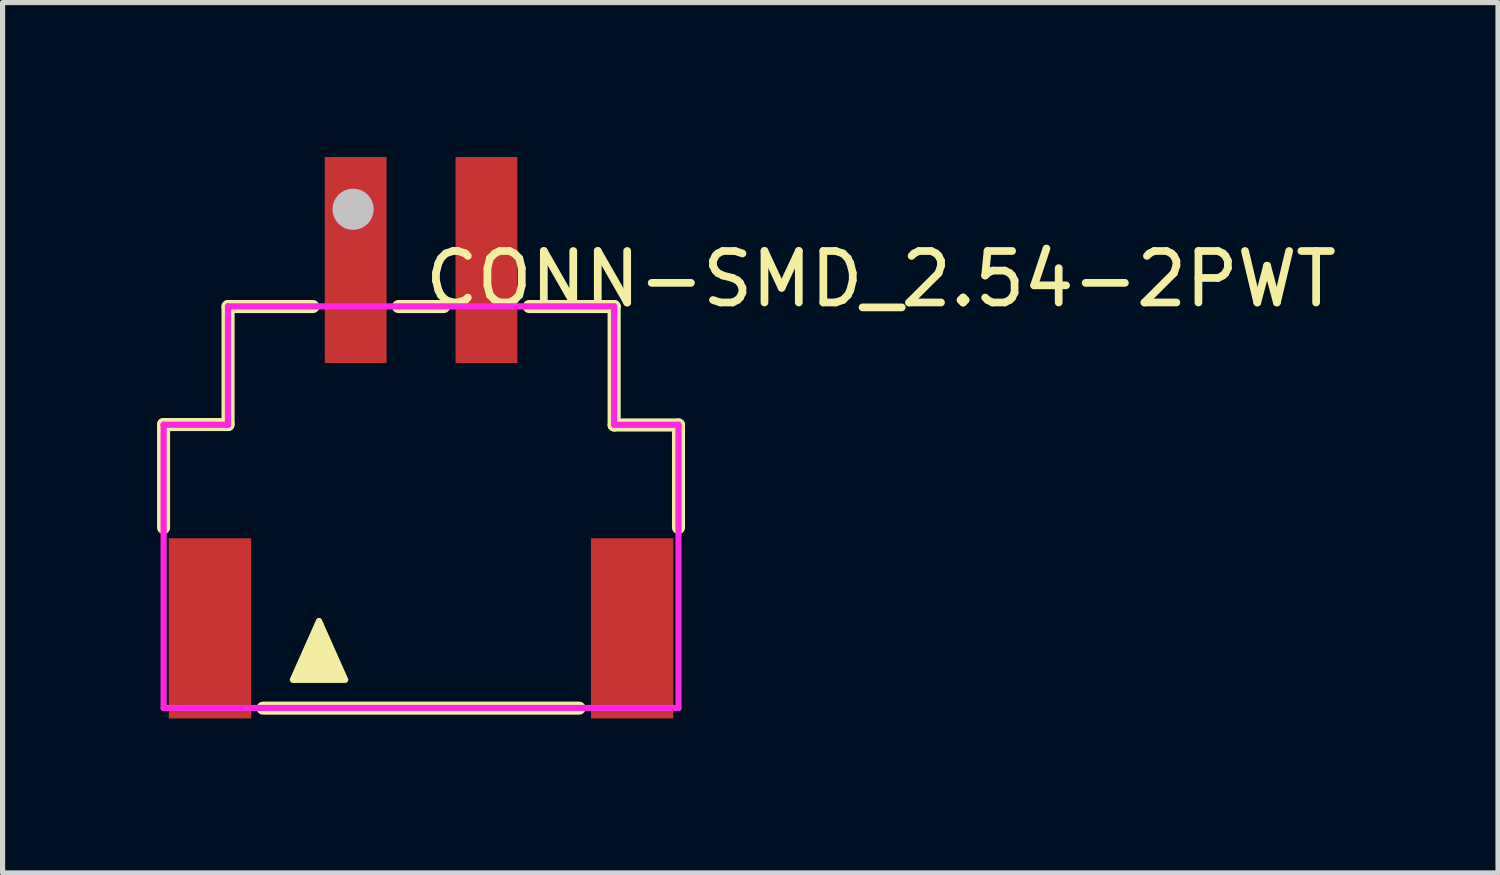
<source format=kicad_pcb>
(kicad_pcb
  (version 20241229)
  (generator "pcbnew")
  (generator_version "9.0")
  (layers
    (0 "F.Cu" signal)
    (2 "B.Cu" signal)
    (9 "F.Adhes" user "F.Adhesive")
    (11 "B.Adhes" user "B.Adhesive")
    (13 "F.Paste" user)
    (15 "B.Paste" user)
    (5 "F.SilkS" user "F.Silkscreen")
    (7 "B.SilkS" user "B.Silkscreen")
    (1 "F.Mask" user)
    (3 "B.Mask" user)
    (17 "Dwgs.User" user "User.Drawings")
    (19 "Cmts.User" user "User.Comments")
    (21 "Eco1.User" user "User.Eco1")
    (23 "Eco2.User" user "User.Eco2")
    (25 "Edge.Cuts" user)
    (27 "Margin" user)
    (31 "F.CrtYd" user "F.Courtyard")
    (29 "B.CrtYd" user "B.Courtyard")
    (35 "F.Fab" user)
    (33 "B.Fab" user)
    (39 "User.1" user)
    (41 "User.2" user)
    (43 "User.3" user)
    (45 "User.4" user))
  (footprint "CONN-SMD_2.54-2PWT"
    (layer "F.Cu")
    (at 5.128 5.577)
    (property "Reference" "CONN-SMD_2.54-2PWT" (at 0 -3.207 0) (layer "F.SilkS") (effects (font (size 1 1) (thickness 0.15)) (justify left)))
    (attr through_hole)
    (fp_line (start -5.001 -0.382) (end -5.001 1.619) (stroke (width 0.254) (type solid)) (layer "F.SilkS"))
    (fp_line (start -3.749 -2.673) (end -3.749 -0.382) (stroke (width 0.254) (type solid)) (layer "F.SilkS"))
    (fp_line (start -3.749 -0.382) (end -5.001 -0.382) (stroke (width 0.254) (type solid)) (layer "F.SilkS"))
    (fp_line (start -3.069 5.127) (end 3.069 5.127) (stroke (width 0.254) (type solid)) (layer "F.SilkS"))
    (fp_line (start -2.101 -2.673) (end -3.749 -2.673) (stroke (width 0.254) (type solid)) (layer "F.SilkS"))
    (fp_line (start 0.439 -2.673) (end -0.439 -2.673) (stroke (width 0.254) (type solid)) (layer "F.SilkS"))
    (fp_line (start 3.75 -2.673) (end 2.101 -2.673) (stroke (width 0.254) (type solid)) (layer "F.SilkS"))
    (fp_line (start 3.75 -0.373) (end 3.75 -2.673) (stroke (width 0.254) (type solid)) (layer "F.SilkS"))
    (fp_line (start 5 -0.373) (end 3.75 -0.373) (stroke (width 0.254) (type solid)) (layer "F.SilkS"))
    (fp_line (start 5 -0.373) (end 5 1.619) (stroke (width 0.254) (type solid)) (layer "F.SilkS"))
    (fp_poly (pts (xy -2.49 4.577) (xy -1.601 4.577) (xy -1.474 4.577) (xy -1.982 3.434)) (stroke (width 0.12) (type solid)) (fill yes) (layer "F.SilkS"))
    (fp_circle (center -1.32 -4.563) (end -1.12 -4.563) (stroke (width 0.4) (type solid)) (fill no) (layer "Dwgs.User"))
    (fp_circle (center -5 -5.077) (end -4.97 -5.077) (stroke (width 0.06) (type solid)) (fill no) (layer "Eco2.User"))
    (fp_poly (pts (xy -4.3 2.723) (xy -3.9 2.723) (xy -3.9 5.123) (xy -4.3 5.123)) (stroke (width 0.12) (type solid)) (fill no) (layer "Eco2.User"))
    (fp_poly (pts (xy -1.59 -5.077) (xy -0.95 -5.077) (xy -0.95 -1.648) (xy -1.59 -1.648)) (stroke (width 0.12) (type solid)) (fill no) (layer "Eco2.User"))
    (fp_poly (pts (xy 0.95 -5.077) (xy 1.59 -5.077) (xy 1.59 -1.648) (xy 0.95 -1.648)) (stroke (width 0.12) (type solid)) (fill no) (layer "Eco2.User"))
    (fp_poly (pts (xy 3.9 2.723) (xy 4.3 2.723) (xy 4.3 5.123) (xy 3.9 5.123)) (stroke (width 0.12) (type solid)) (fill no) (layer "Eco2.User"))
    (fp_line (start -5 -0.377) (end -3.75 -0.377) (stroke (width 0.12) (type solid)) (layer "F.CrtYd"))
    (fp_line (start -5 5.123) (end -5 -0.377) (stroke (width 0.12) (type solid)) (layer "F.CrtYd"))
    (fp_line (start -3.75 -2.677) (end 3.75 -2.677) (stroke (width 0.12) (type solid)) (layer "F.CrtYd"))
    (fp_line (start -3.75 -0.377) (end -3.75 -2.677) (stroke (width 0.12) (type solid)) (layer "F.CrtYd"))
    (fp_line (start 3.75 -2.677) (end 3.75 -0.377) (stroke (width 0.12) (type solid)) (layer "F.CrtYd"))
    (fp_line (start 3.75 -0.377) (end 5 -0.377) (stroke (width 0.12) (type solid)) (layer "F.CrtYd"))
    (fp_line (start 5 -0.377) (end 5 5.123) (stroke (width 0.12) (type solid)) (layer "F.CrtYd"))
    (fp_line (start 5 5.123) (end -5 5.123) (stroke (width 0.12) (type solid)) (layer "F.CrtYd"))
    (pad "1" smd rect (at -1.27 -3.577) (size 1.2 4) (layers "F.Cu" "F.Mask" "F.Paste"))
    (pad "2" smd rect (at 1.27 -3.577) (size 1.2 4) (layers "F.Cu" "F.Mask" "F.Paste"))
    (pad "3" smd rect (at 4.1 3.577) (size 1.6 3.5) (layers "F.Cu" "F.Mask" "F.Paste"))
    (pad "4" smd rect (at -4.1 3.577) (size 1.6 3.5) (layers "F.Cu" "F.Mask" "F.Paste")))
  (gr_rect
    (start -3 -3)
    (end 26.045 13.904)
    (stroke (width 0.1) (type default))
    (fill no)
    (layer "Edge.Cuts")))
</source>
